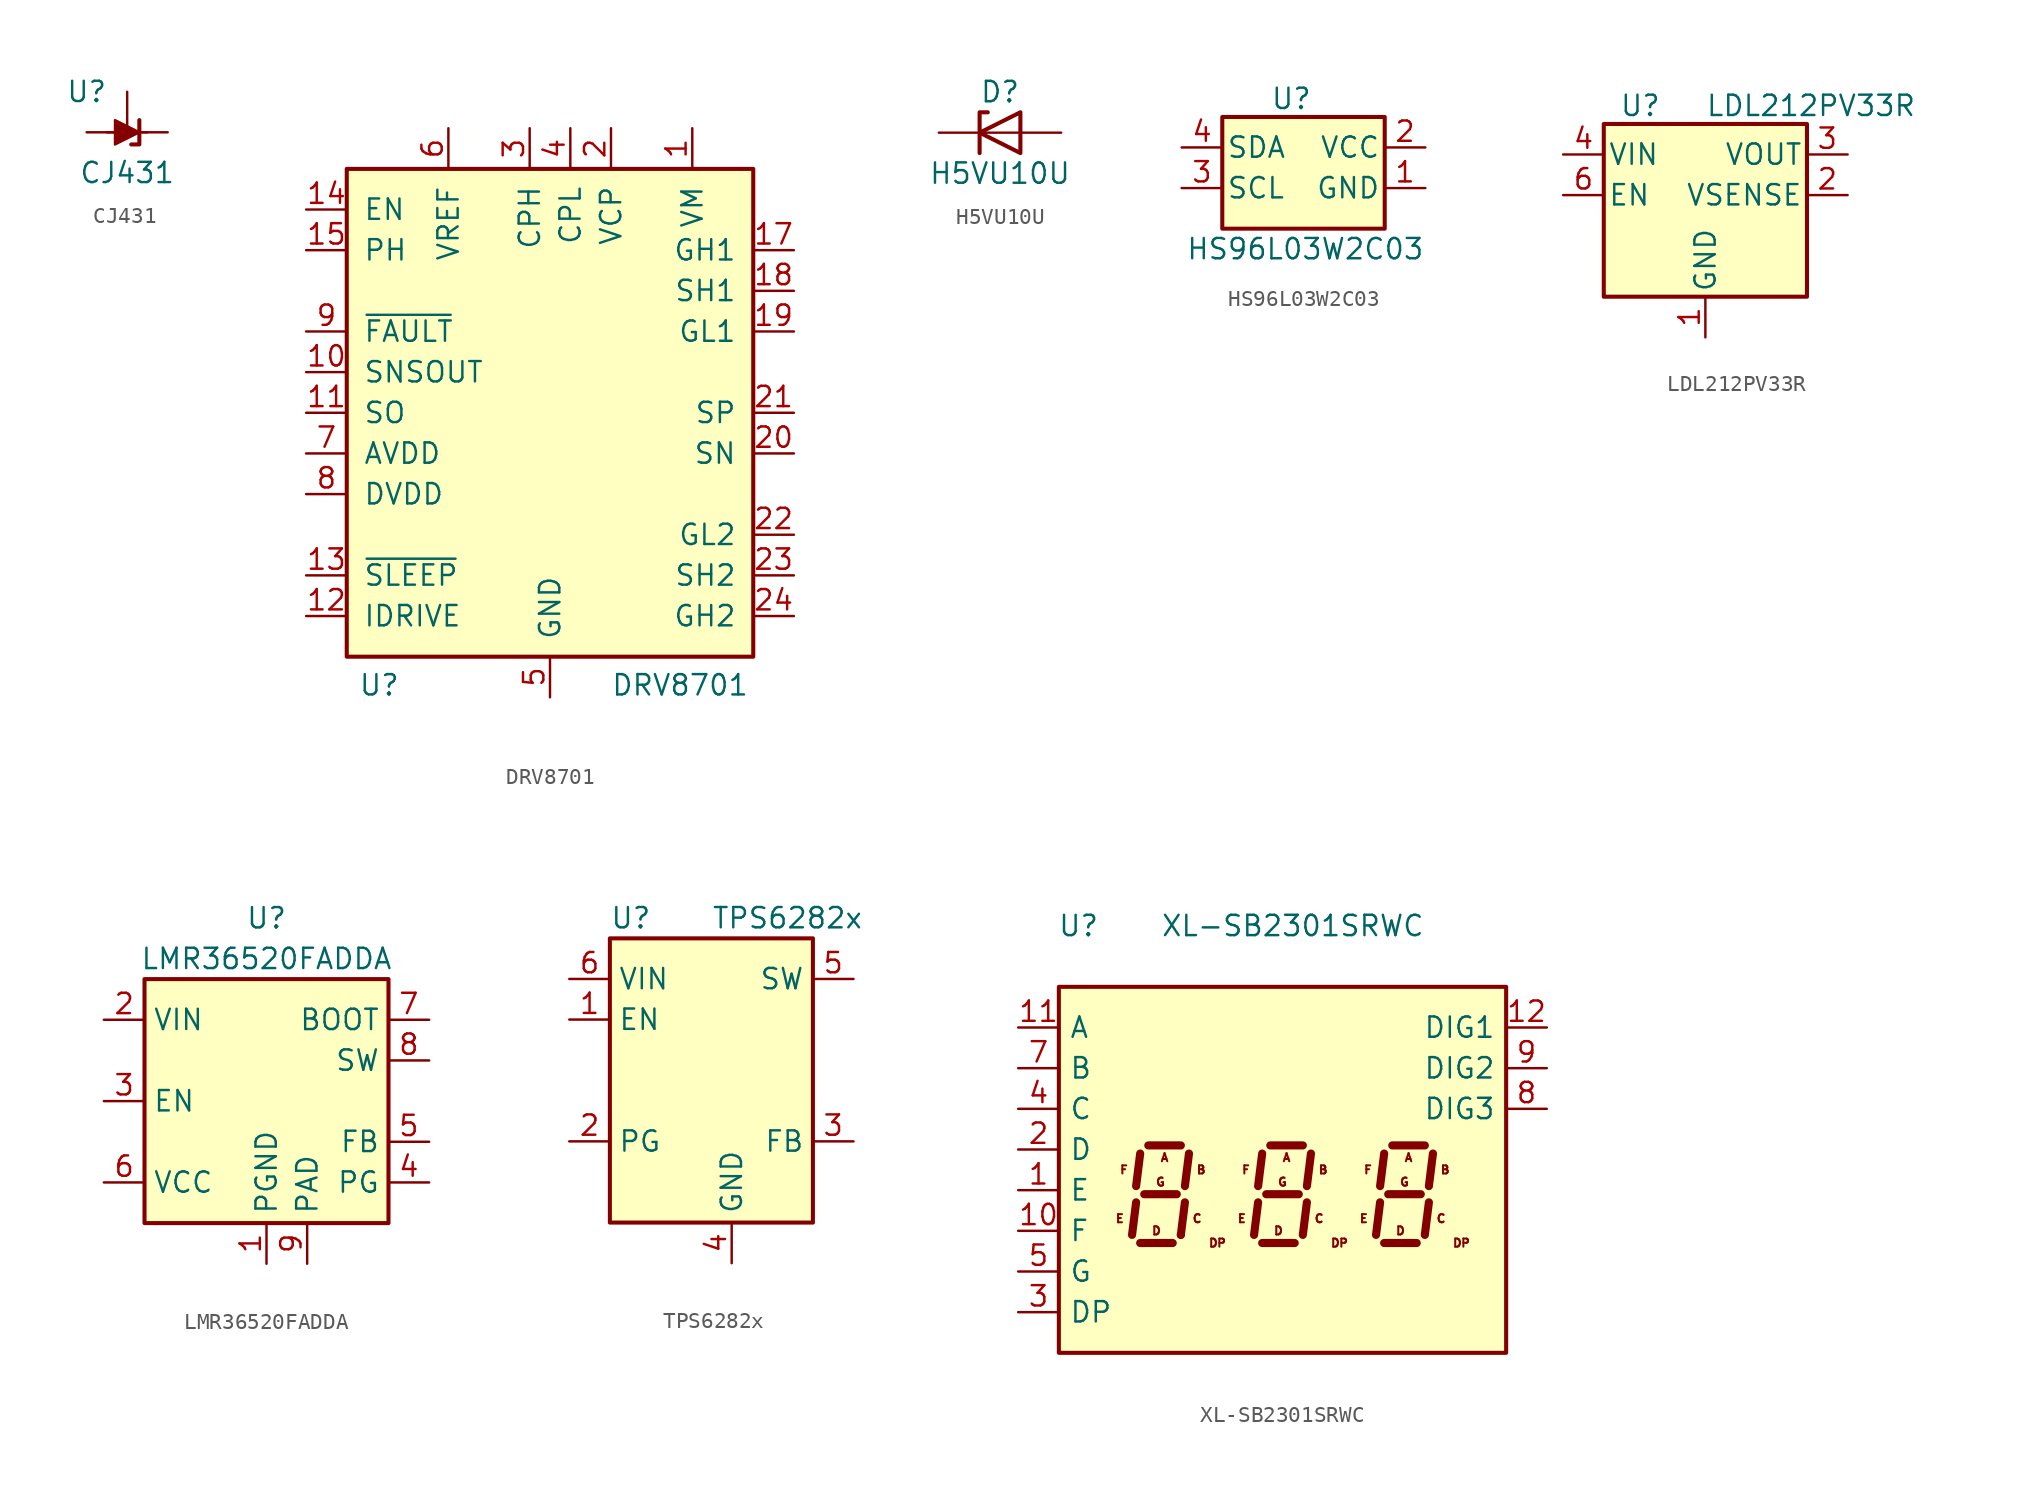
<source format=kicad_sym>
(kicad_symbol_lib
  (version 20241209)
  (generator "kicad_symbol_editor")
  (generator_version "9.0")
  (symbol "CJ431"
    (pin_numbers
      (hide yes))
    (pin_names
      (hide yes))
    (property "Reference" "U"
      (at -2.54 2.54 0)
      (effects (font (size 1.27 1.27))))
    (property "Value" "CJ431"
      (at 0 -2.54 0)
      (effects (font (size 1.27 1.27))))
    (symbol "CJ431_0_1"
      (polyline (pts (xy -1.27 0) (xy 0 0) (xy 1.27 0)) (stroke (width 0) (type default)) (fill (type none)))
      (polyline (pts (xy -0.762 -0.762) (xy -0.762 0.762) (xy 0.762 0) (xy -0.762 -0.762)) (stroke (width 0) (type default)) (fill (type outline)))
      (polyline (pts (xy 0.254 -0.762) (xy 0.762 -0.762) (xy 0.762 0.762) (xy 0.762 0.762)) (stroke (width 0.254) (type default)) (fill (type none))))
    (symbol "CJ431_1_1"
      (pin passive line (at -2.54 0 0) (length 2.54) (name "A" (effects (font (size 1.27 1.27)))) (number "3" (effects (font (size 1.27 1.27)))))
      (pin passive line (at 0 2.54 270) (length 2.54) (name "REF" (effects (font (size 1.27 1.27)))) (number "1" (effects (font (size 1.27 1.27)))))
      (pin passive line (at 2.54 0 180) (length 2.54) (name "K" (effects (font (size 1.27 1.27)))) (number "2" (effects (font (size 1.27 1.27)))))))
  (symbol "DRV8701"
    (pin_names
      (offset 1.016))
    (property "Reference" "U"
      (at -10.668 -19.558 0)
      (effects (font (size 1.27 1.27))))
    (property "Value" "DRV8701"
      (at 8.128 -19.558 0)
      (effects (font (size 1.27 1.27))))
    (symbol "DRV8701_0_0"
      (pin input line (at -15.24 10.16 0) (length 2.54) (name "EN" (effects (font (size 1.27 1.27)))) (number "14" (effects (font (size 1.27 1.27)))))
      (pin input line (at -15.24 7.62 0) (length 2.54) (name "PH" (effects (font (size 1.27 1.27)))) (number "15" (effects (font (size 1.27 1.27)))))
      (pin open_collector line (at -15.24 2.54 0) (length 2.54) (name "~{FAULT}" (effects (font (size 1.27 1.27)))) (number "9" (effects (font (size 1.27 1.27)))))
      (pin open_collector line (at -15.24 0 0) (length 2.54) (name "SNSOUT" (effects (font (size 1.27 1.27)))) (number "10" (effects (font (size 1.27 1.27)))))
      (pin output line (at -15.24 -2.54 0) (length 2.54) (name "SO" (effects (font (size 1.27 1.27)))) (number "11" (effects (font (size 1.27 1.27)))))
      (pin power_out line (at -15.24 -5.08 0) (length 2.54) (name "AVDD" (effects (font (size 1.27 1.27)))) (number "7" (effects (font (size 1.27 1.27)))))
      (pin power_out line (at -15.24 -7.62 0) (length 2.54) (name "DVDD" (effects (font (size 1.27 1.27)))) (number "8" (effects (font (size 1.27 1.27)))))
      (pin input line (at -15.24 -12.7 0) (length 2.54) (name "~{SLEEP}" (effects (font (size 1.27 1.27)))) (number "13" (effects (font (size 1.27 1.27)))))
      (pin input line (at -15.24 -15.24 0) (length 2.54) (name "IDRIVE" (effects (font (size 1.27 1.27)))) (number "12" (effects (font (size 1.27 1.27)))))
      (pin power_in line (at -6.35 15.24 270) (length 2.54) (name "VREF" (effects (font (size 1.27 1.27)))) (number "6" (effects (font (size 1.27 1.27)))))
      (pin power_out line (at -1.27 15.24 270) (length 2.54) (name "CPH" (effects (font (size 1.27 1.27)))) (number "3" (effects (font (size 1.27 1.27)))))
      (pin power_in line (at 0 -20.32 90) (length 2.54) (name "GND" (effects (font (size 1.27 1.27)))) (number "5" (effects (font (size 1.27 1.27)))))
      (pin power_out line (at 1.27 15.24 270) (length 2.54) (name "CPL" (effects (font (size 1.27 1.27)))) (number "4" (effects (font (size 1.27 1.27)))))
      (pin power_out line (at 3.81 15.24 270) (length 2.54) (name "VCP" (effects (font (size 1.27 1.27)))) (number "2" (effects (font (size 1.27 1.27)))))
      (pin power_in line (at 8.89 15.24 270) (length 2.54) (name "VM" (effects (font (size 1.27 1.27)))) (number "1" (effects (font (size 1.27 1.27)))))
      (pin output line (at 15.24 7.62 180) (length 2.54) (name "GH1" (effects (font (size 1.27 1.27)))) (number "17" (effects (font (size 1.27 1.27)))))
      (pin output line (at 15.24 2.54 180) (length 2.54) (name "GL1" (effects (font (size 1.27 1.27)))) (number "19" (effects (font (size 1.27 1.27)))))
      (pin input line (at 15.24 -2.54 180) (length 2.54) (name "SP" (effects (font (size 1.27 1.27)))) (number "21" (effects (font (size 1.27 1.27)))))
      (pin input line (at 15.24 -5.08 180) (length 2.54) (name "SN" (effects (font (size 1.27 1.27)))) (number "20" (effects (font (size 1.27 1.27)))))
      (pin output line (at 15.24 -10.16 180) (length 2.54) (name "GL2" (effects (font (size 1.27 1.27)))) (number "22" (effects (font (size 1.27 1.27)))))
      (pin output line (at 15.24 -15.24 180) (length 2.54) (name "GH2" (effects (font (size 1.27 1.27)))) (number "24" (effects (font (size 1.27 1.27))))))
    (symbol "DRV8701_0_1"
      (rectangle (start -12.7 12.7) (end 12.7 -17.78) (stroke (width 0.254) (type default)) (fill (type background))))
    (symbol "DRV8701_1_0"
      (pin power_in line (at 0 -20.32 90) (length 2.54) (hide yes) (name "GND" (effects (font (size 1.27 1.27)))) (number "16" (effects (font (size 1.27 1.27)))))
      (pin power_in line (at 0 -20.32 90) (length 2.54) (hide yes) (name "GND" (effects (font (size 1.27 1.27)))) (number "26" (effects (font (size 1.27 1.27)))))
      (pin input line (at 15.24 5.08 180) (length 2.54) (name "SH1" (effects (font (size 1.27 1.27)))) (number "18" (effects (font (size 1.27 1.27)))))
      (pin input line (at 15.24 -12.7 180) (length 2.54) (name "SH2" (effects (font (size 1.27 1.27)))) (number "23" (effects (font (size 1.27 1.27)))))))
  (symbol "H5VU10U"
    (pin_numbers
      (hide yes))
    (pin_names
      (hide yes))
    (property "Reference" "D"
      (at 0 2.54 0)
      (effects (font (size 1.27 1.27))))
    (property "Value" "H5VU10U"
      (at 0 -2.54 0)
      (effects (font (size 1.27 1.27))))
    (symbol "H5VU10U_0_1"
      (polyline (pts (xy -1.27 -1.27) (xy -1.27 1.27) (xy -0.762 1.27)) (stroke (width 0.254) (type default)) (fill (type none)))
      (polyline (pts (xy 1.27 0) (xy -1.27 0)) (stroke (width 0) (type default)) (fill (type none)))
      (polyline (pts (xy 1.27 -1.27) (xy 1.27 1.27) (xy -1.27 0) (xy 1.27 -1.27)) (stroke (width 0.254) (type default)) (fill (type none))))
    (symbol "H5VU10U_1_1"
      (pin passive line (at -3.81 0 0) (length 2.54) (name "K" (effects (font (size 1.27 1.27)))) (number "1" (effects (font (size 1.27 1.27)))))
      (pin passive line (at 3.81 0 180) (length 2.54) (name "A" (effects (font (size 1.27 1.27)))) (number "2" (effects (font (size 1.27 1.27)))))))
  (symbol "HS96L03W2C03"
    (pin_names
      (offset 0.254))
    (property "Reference" "U"
      (at -0.762 4.318 0)
      (effects (font (size 1.27 1.27))))
    (property "Value" "HS96L03W2C03"
      (at -7.366 -5.08 0)
      (effects (font (size 1.27 1.27)) (justify left)))
    (symbol "HS96L03W2C03_0_1"
      (rectangle (start -5.08 3.175) (end 5.08 -3.81) (stroke (width 0.254) (type default)) (fill (type background))))
    (symbol "HS96L03W2C03_1_1"
      (pin input line (at -7.62 1.27 0) (length 2.54) (name "SDA" (effects (font (size 1.27 1.27)))) (number "4" (effects (font (size 1.27 1.27)))))
      (pin input line (at -7.62 -1.27 0) (length 2.54) (name "SCL" (effects (font (size 1.27 1.27)))) (number "3" (effects (font (size 1.27 1.27)))))
      (pin input line (at 7.62 1.27 180) (length 2.54) (name "VCC" (effects (font (size 1.27 1.27)))) (number "2" (effects (font (size 1.27 1.27)))))
      (pin power_in line (at 7.62 -1.27 180) (length 2.54) (name "GND" (effects (font (size 1.27 1.27)))) (number "1" (effects (font (size 1.27 1.27)))))))
  (symbol "LDL212PV33R"
    (pin_names
      (offset 0.254))
    (property "Reference" "U"
      (at -4.064 5.588 0)
      (effects (font (size 1.27 1.27))))
    (property "Value" "LDL212PV33R"
      (at 0 5.588 0)
      (effects (font (size 1.27 1.27)) (justify left)))
    (symbol "LDL212PV33R_0_1"
      (rectangle (start -6.35 4.445) (end 6.35 -6.35) (stroke (width 0.254) (type default)) (fill (type background))))
    (symbol "LDL212PV33R_1_1"
      (pin power_in line (at -8.89 2.54 0) (length 2.54) (name "VIN" (effects (font (size 1.27 1.27)))) (number "4" (effects (font (size 1.27 1.27)))))
      (pin input line (at -8.89 0 0) (length 2.54) (name "EN" (effects (font (size 1.27 1.27)))) (number "6" (effects (font (size 1.27 1.27)))))
      (pin power_in line (at 0 -8.89 90) (length 2.54) (name "GND" (effects (font (size 1.27 1.27)))) (number "1" (effects (font (size 1.27 1.27)))))
      (pin power_out line (at 8.89 2.54 180) (length 2.54) (name "VOUT" (effects (font (size 1.27 1.27)))) (number "3" (effects (font (size 1.27 1.27)))))
      (pin input line (at 8.89 0 180) (length 2.54) (name "VSENSE" (effects (font (size 1.27 1.27)))) (number "2" (effects (font (size 1.27 1.27)))))))
  (symbol "LMR36520FADDA"
    (property "Reference" "U"
      (at 0 11.43 0)
      (effects (font (size 1.27 1.27))))
    (property "Value" "LMR36520FADDA"
      (at 0 8.89 0)
      (effects (font (size 1.27 1.27))))
    (symbol "LMR36520FADDA_0_1"
      (rectangle (start -7.62 7.62) (end 7.62 -7.62) (stroke (width 0.254) (type default)) (fill (type background))))
    (symbol "LMR36520FADDA_1_1"
      (pin power_in line (at -10.16 5.08 0) (length 2.54) (name "VIN" (effects (font (size 1.27 1.27)))) (number "2" (effects (font (size 1.27 1.27)))))
      (pin input line (at -10.16 0 0) (length 2.54) (name "EN" (effects (font (size 1.27 1.27)))) (number "3" (effects (font (size 1.27 1.27)))))
      (pin power_out line (at -10.16 -5.08 0) (length 2.54) (name "VCC" (effects (font (size 1.27 1.27)))) (number "6" (effects (font (size 1.27 1.27)))))
      (pin power_in line (at 0 -10.16 90) (length 2.54) (name "PGND" (effects (font (size 1.27 1.27)))) (number "1" (effects (font (size 1.27 1.27)))))
      (pin power_in line (at 2.54 -10.16 90) (length 2.54) (name "PAD" (effects (font (size 1.27 1.27)))) (number "9" (effects (font (size 1.27 1.27)))))
      (pin input line (at 10.16 5.08 180) (length 2.54) (name "BOOT" (effects (font (size 1.27 1.27)))) (number "7" (effects (font (size 1.27 1.27)))))
      (pin output line (at 10.16 2.54 180) (length 2.54) (name "SW" (effects (font (size 1.27 1.27)))) (number "8" (effects (font (size 1.27 1.27)))))
      (pin input line (at 10.16 -2.54 180) (length 2.54) (name "FB" (effects (font (size 1.27 1.27)))) (number "5" (effects (font (size 1.27 1.27)))))
      (pin open_collector line (at 10.16 -5.08 180) (length 2.54) (name "PG" (effects (font (size 1.27 1.27)))) (number "4" (effects (font (size 1.27 1.27)))))))
  (symbol "TPS6282x"
    (property "Reference" "U"
      (at -7.62 11.43 0)
      (effects (font (size 1.27 1.27)) (justify left)))
    (property "Value" "TPS6282x"
      (at -1.27 11.43 0)
      (effects (font (size 1.27 1.27)) (justify left)))
    (symbol "TPS6282x_0_1"
      (rectangle (start -7.62 10.16) (end 5.08 -7.62) (stroke (width 0.254) (type default)) (fill (type background))))
    (symbol "TPS6282x_1_1"
      (pin power_in line (at -10.16 7.62 0) (length 2.54) (name "VIN" (effects (font (size 1.27 1.27)))) (number "6" (effects (font (size 1.27 1.27)))))
      (pin input line (at -10.16 5.08 0) (length 2.54) (name "EN" (effects (font (size 1.27 1.27)))) (number "1" (effects (font (size 1.27 1.27)))))
      (pin open_collector line (at -10.16 -2.54 0) (length 2.54) (name "PG" (effects (font (size 1.27 1.27)))) (number "2" (effects (font (size 1.27 1.27)))))
      (pin power_in line (at 0 -10.16 90) (length 2.54) (name "GND" (effects (font (size 1.27 1.27)))) (number "4" (effects (font (size 1.27 1.27)))))
      (pin power_out line (at 7.62 7.62 180) (length 2.54) (name "SW" (effects (font (size 1.27 1.27)))) (number "5" (effects (font (size 1.27 1.27)))))
      (pin input line (at 7.62 -2.54 180) (length 2.54) (name "FB" (effects (font (size 1.27 1.27)))) (number "3" (effects (font (size 1.27 1.27)))))))
  (symbol "XL-SB2301SRWC"
    (pin_names
      (offset 0.635))
    (property "Reference" "U"
      (at -2.54 13.97 0)
      (effects (font (size 1.27 1.27)) (justify right)))
    (property "Value" "XL-SB2301SRWC"
      (at 1.27 13.97 0)
      (effects (font (size 1.27 1.27)) (justify left)))
    (symbol "XL-SB2301SRWC_0_0"
      (text "E" (at -1.27 -4.318 0) (effects (font (size 0.508 0.508))))
      (text "F" (at -1.016 -1.27 0) (effects (font (size 0.508 0.508))))
      (text "D" (at 1.016 -5.08 0) (effects (font (size 0.508 0.508))))
      (text "G" (at 1.27 -2.032 0) (effects (font (size 0.508 0.508))))
      (text "A" (at 1.524 -0.508 0) (effects (font (size 0.508 0.508))))
      (text "C" (at 3.556 -4.318 0) (effects (font (size 0.508 0.508))))
      (text "B" (at 3.81 -1.27 0) (effects (font (size 0.508 0.508))))
      (text "DP" (at 4.826 -5.842 0) (effects (font (size 0.508 0.508))))
      (text "E" (at 6.35 -4.318 0) (effects (font (size 0.508 0.508))))
      (text "F" (at 6.604 -1.27 0) (effects (font (size 0.508 0.508))))
      (text "D" (at 8.636 -5.08 0) (effects (font (size 0.508 0.508))))
      (text "G" (at 8.89 -2.032 0) (effects (font (size 0.508 0.508))))
      (text "A" (at 9.144 -0.508 0) (effects (font (size 0.508 0.508))))
      (text "C" (at 11.176 -4.318 0) (effects (font (size 0.508 0.508))))
      (text "B" (at 11.43 -1.27 0) (effects (font (size 0.508 0.508))))
      (text "DP" (at 12.446 -5.842 0) (effects (font (size 0.508 0.508))))
      (text "E" (at 13.97 -4.318 0) (effects (font (size 0.508 0.508))))
      (text "F" (at 14.224 -1.27 0) (effects (font (size 0.508 0.508))))
      (text "D" (at 16.256 -5.08 0) (effects (font (size 0.508 0.508))))
      (text "G" (at 16.51 -2.032 0) (effects (font (size 0.508 0.508))))
      (text "A" (at 16.764 -0.508 0) (effects (font (size 0.508 0.508))))
      (text "C" (at 18.796 -4.318 0) (effects (font (size 0.508 0.508))))
      (text "B" (at 19.05 -1.27 0) (effects (font (size 0.508 0.508))))
      (text "DP" (at 20.066 -5.842 0) (effects (font (size 0.508 0.508)))))
    (symbol "XL-SB2301SRWC_0_1"
      (rectangle (start -5.08 10.16) (end 22.86 -12.7) (stroke (width 0.254) (type default)) (fill (type background)))
      (polyline (pts (xy -0.254 -3.302) (xy -0.508 -5.334)) (stroke (width 0.508) (type default)) (fill (type none)))
      (polyline (pts (xy 0 -0.254) (xy -0.254 -2.286)) (stroke (width 0.508) (type default)) (fill (type none)))
      (polyline (pts (xy 0 -5.842) (xy 2.032 -5.842)) (stroke (width 0.508) (type default)) (fill (type none)))
      (polyline (pts (xy 0.254 -2.794) (xy 2.286 -2.794)) (stroke (width 0.508) (type default)) (fill (type none)))
      (polyline (pts (xy 0.508 0.254) (xy 2.54 0.254)) (stroke (width 0.508) (type default)) (fill (type none)))
      (polyline (pts (xy 2.54 -5.334) (xy 2.54 -5.334)) (stroke (width 0.508) (type default)) (fill (type none)))
      (polyline (pts (xy 2.794 -3.302) (xy 2.54 -5.334)) (stroke (width 0.508) (type default)) (fill (type none)))
      (polyline (pts (xy 3.048 -0.254) (xy 2.794 -2.286)) (stroke (width 0.508) (type default)) (fill (type none)))
      (polyline (pts (xy 7.366 -3.302) (xy 7.112 -5.334)) (stroke (width 0.508) (type default)) (fill (type none)))
      (polyline (pts (xy 7.62 -0.254) (xy 7.366 -2.286)) (stroke (width 0.508) (type default)) (fill (type none)))
      (polyline (pts (xy 7.62 -5.842) (xy 9.652 -5.842)) (stroke (width 0.508) (type default)) (fill (type none)))
      (polyline (pts (xy 7.874 -2.794) (xy 9.906 -2.794)) (stroke (width 0.508) (type default)) (fill (type none)))
      (polyline (pts (xy 8.128 0.254) (xy 10.16 0.254)) (stroke (width 0.508) (type default)) (fill (type none)))
      (polyline (pts (xy 10.414 -3.302) (xy 10.16 -5.334)) (stroke (width 0.508) (type default)) (fill (type none)))
      (polyline (pts (xy 10.668 -0.254) (xy 10.414 -2.286)) (stroke (width 0.508) (type default)) (fill (type none)))
      (polyline (pts (xy 14.986 -3.302) (xy 14.732 -5.334)) (stroke (width 0.508) (type default)) (fill (type none)))
      (polyline (pts (xy 15.24 -0.254) (xy 14.986 -2.286)) (stroke (width 0.508) (type default)) (fill (type none)))
      (polyline (pts (xy 15.24 -5.842) (xy 17.272 -5.842)) (stroke (width 0.508) (type default)) (fill (type none)))
      (polyline (pts (xy 15.494 -2.794) (xy 17.526 -2.794)) (stroke (width 0.508) (type default)) (fill (type none)))
      (polyline (pts (xy 15.748 0.254) (xy 17.78 0.254)) (stroke (width 0.508) (type default)) (fill (type none)))
      (polyline (pts (xy 18.034 -3.302) (xy 17.78 -5.334)) (stroke (width 0.508) (type default)) (fill (type none)))
      (polyline (pts (xy 18.288 -0.254) (xy 18.034 -2.286)) (stroke (width 0.508) (type default)) (fill (type none))))
    (symbol "XL-SB2301SRWC_1_1"
      (pin input line (at -7.62 7.62 0) (length 2.54) (name "A" (effects (font (size 1.27 1.27)))) (number "11" (effects (font (size 1.27 1.27)))))
      (pin input line (at -7.62 5.08 0) (length 2.54) (name "B" (effects (font (size 1.27 1.27)))) (number "7" (effects (font (size 1.27 1.27)))))
      (pin input line (at -7.62 2.54 0) (length 2.54) (name "C" (effects (font (size 1.27 1.27)))) (number "4" (effects (font (size 1.27 1.27)))))
      (pin input line (at -7.62 0 0) (length 2.54) (name "D" (effects (font (size 1.27 1.27)))) (number "2" (effects (font (size 1.27 1.27)))))
      (pin input line (at -7.62 -2.54 0) (length 2.54) (name "E" (effects (font (size 1.27 1.27)))) (number "1" (effects (font (size 1.27 1.27)))))
      (pin input line (at -7.62 -5.08 0) (length 2.54) (name "F" (effects (font (size 1.27 1.27)))) (number "10" (effects (font (size 1.27 1.27)))))
      (pin input line (at -7.62 -7.62 0) (length 2.54) (name "G" (effects (font (size 1.27 1.27)))) (number "5" (effects (font (size 1.27 1.27)))))
      (pin input line (at -7.62 -10.16 0) (length 2.54) (name "DP" (effects (font (size 1.27 1.27)))) (number "3" (effects (font (size 1.27 1.27)))))
      (pin output line (at 25.4 7.62 180) (length 2.54) (name "DIG1" (effects (font (size 1.27 1.27)))) (number "12" (effects (font (size 1.27 1.27)))))
      (pin output line (at 25.4 5.08 180) (length 2.54) (name "DIG2" (effects (font (size 1.27 1.27)))) (number "9" (effects (font (size 1.27 1.27)))))
      (pin output line (at 25.4 2.54 180) (length 2.54) (name "DIG3" (effects (font (size 1.27 1.27)))) (number "8" (effects (font (size 1.27 1.27))))))))
</source>
